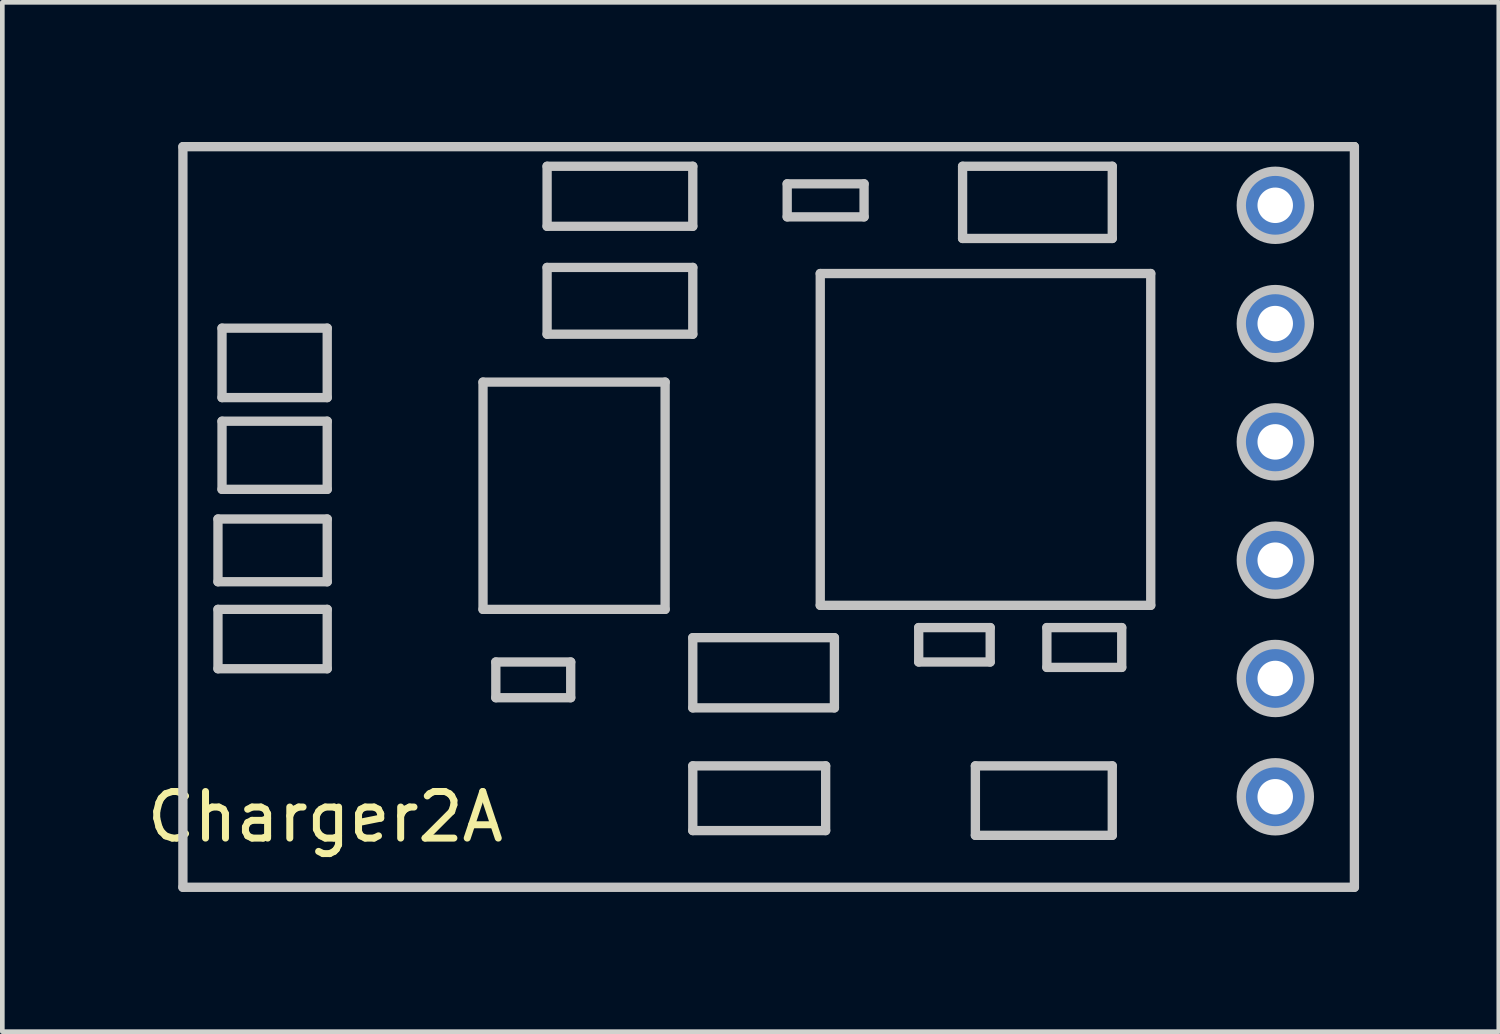
<source format=kicad_pcb>
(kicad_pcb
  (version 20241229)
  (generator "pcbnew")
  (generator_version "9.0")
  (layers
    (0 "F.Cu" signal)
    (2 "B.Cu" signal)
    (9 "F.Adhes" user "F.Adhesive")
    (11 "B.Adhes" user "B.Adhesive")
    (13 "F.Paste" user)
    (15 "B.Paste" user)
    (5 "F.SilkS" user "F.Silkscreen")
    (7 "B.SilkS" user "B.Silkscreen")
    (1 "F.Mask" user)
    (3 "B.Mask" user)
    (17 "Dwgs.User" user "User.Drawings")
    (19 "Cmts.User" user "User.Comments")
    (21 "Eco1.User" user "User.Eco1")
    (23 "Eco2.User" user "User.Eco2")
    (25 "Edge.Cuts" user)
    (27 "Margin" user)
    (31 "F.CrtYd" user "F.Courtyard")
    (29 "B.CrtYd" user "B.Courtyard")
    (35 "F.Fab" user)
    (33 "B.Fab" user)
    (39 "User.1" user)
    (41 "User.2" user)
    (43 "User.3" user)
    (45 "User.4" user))
  (footprint "Charger2A"
    (layer "F.Cu")
    (at 1.077 15.76)
    (property "Reference" "Charger2A" (at 2.857 -1.27 0) (layer "F.SilkS") (effects (font (size 1 1) (thickness 0.15))))
    (attr through_hole)
    (fp_line (start -0.191 -15.684) (end 24.956 -15.684) (stroke (width 0.15) (type solid)) (layer "F.SilkS"))
    (fp_line (start -0.191 0.254) (end -0.191 -15.684) (stroke (width 0.15) (type solid)) (layer "F.SilkS"))
    (fp_line (start 24.956 -15.684) (end 24.956 0.254) (stroke (width 0.15) (type solid)) (layer "F.SilkS"))
    (fp_line (start 24.956 0.254) (end -0.191 0.254) (stroke (width 0.15) (type solid)) (layer "F.SilkS"))
    (fp_line (start -0.2 -15.66) (end -0.2 0.241) (stroke (width 0.2) (type solid)) (layer "Dwgs.User"))
    (fp_line (start -0.2 0.241) (end 24.954 0.241) (stroke (width 0.2) (type solid)) (layer "Dwgs.User"))
    (fp_line (start 0.553 -7.666) (end 0.553 -6.319) (stroke (width 0.2) (type solid)) (layer "Dwgs.User"))
    (fp_line (start 0.553 -6.319) (end 2.899 -6.319) (stroke (width 0.2) (type solid)) (layer "Dwgs.User"))
    (fp_line (start 0.553 -5.726) (end 0.553 -4.451) (stroke (width 0.2) (type solid)) (layer "Dwgs.User"))
    (fp_line (start 0.553 -4.451) (end 2.899 -4.451) (stroke (width 0.2) (type solid)) (layer "Dwgs.User"))
    (fp_line (start 0.64 -11.764) (end 0.64 -10.273) (stroke (width 0.2) (type solid)) (layer "Dwgs.User"))
    (fp_line (start 0.64 -10.273) (end 2.899 -10.273) (stroke (width 0.2) (type solid)) (layer "Dwgs.User"))
    (fp_line (start 0.64 -9.766) (end 0.64 -8.303) (stroke (width 0.2) (type solid)) (layer "Dwgs.User"))
    (fp_line (start 0.64 -8.303) (end 2.899 -8.303) (stroke (width 0.2) (type solid)) (layer "Dwgs.User"))
    (fp_line (start 2.899 -11.764) (end 0.64 -11.764) (stroke (width 0.2) (type solid)) (layer "Dwgs.User"))
    (fp_line (start 2.899 -10.273) (end 2.899 -11.764) (stroke (width 0.2) (type solid)) (layer "Dwgs.User"))
    (fp_line (start 2.899 -9.766) (end 0.64 -9.766) (stroke (width 0.2) (type solid)) (layer "Dwgs.User"))
    (fp_line (start 2.899 -8.303) (end 2.899 -9.766) (stroke (width 0.2) (type solid)) (layer "Dwgs.User"))
    (fp_line (start 2.899 -7.666) (end 0.553 -7.666) (stroke (width 0.2) (type solid)) (layer "Dwgs.User"))
    (fp_line (start 2.899 -6.319) (end 2.899 -7.666) (stroke (width 0.2) (type solid)) (layer "Dwgs.User"))
    (fp_line (start 2.899 -5.726) (end 0.553 -5.726) (stroke (width 0.2) (type solid)) (layer "Dwgs.User"))
    (fp_line (start 2.899 -4.451) (end 2.899 -5.726) (stroke (width 0.2) (type solid)) (layer "Dwgs.User"))
    (fp_line (start 6.244 -10.606) (end 6.244 -5.726) (stroke (width 0.2) (type solid)) (layer "Dwgs.User"))
    (fp_line (start 6.244 -5.726) (end 10.154 -5.726) (stroke (width 0.2) (type solid)) (layer "Dwgs.User"))
    (fp_line (start 6.519 -4.596) (end 6.519 -3.829) (stroke (width 0.2) (type solid)) (layer "Dwgs.User"))
    (fp_line (start 6.519 -3.829) (end 8.127 -3.829) (stroke (width 0.2) (type solid)) (layer "Dwgs.User"))
    (fp_line (start 7.62 -15.24) (end 7.62 -13.951) (stroke (width 0.2) (type solid)) (layer "Dwgs.User"))
    (fp_line (start 7.62 -13.951) (end 10.748 -13.951) (stroke (width 0.2) (type solid)) (layer "Dwgs.User"))
    (fp_line (start 7.62 -13.068) (end 7.62 -11.634) (stroke (width 0.2) (type solid)) (layer "Dwgs.User"))
    (fp_line (start 7.62 -11.634) (end 10.748 -11.634) (stroke (width 0.2) (type solid)) (layer "Dwgs.User"))
    (fp_line (start 8.127 -4.596) (end 6.519 -4.596) (stroke (width 0.2) (type solid)) (layer "Dwgs.User"))
    (fp_line (start 8.127 -3.829) (end 8.127 -4.596) (stroke (width 0.2) (type solid)) (layer "Dwgs.User"))
    (fp_line (start 10.154 -10.606) (end 6.244 -10.606) (stroke (width 0.2) (type solid)) (layer "Dwgs.User"))
    (fp_line (start 10.154 -5.726) (end 10.154 -10.606) (stroke (width 0.2) (type solid)) (layer "Dwgs.User"))
    (fp_line (start 10.748 -15.24) (end 7.62 -15.24) (stroke (width 0.2) (type solid)) (layer "Dwgs.User"))
    (fp_line (start 10.748 -13.951) (end 10.748 -15.24) (stroke (width 0.2) (type solid)) (layer "Dwgs.User"))
    (fp_line (start 10.748 -13.068) (end 7.62 -13.068) (stroke (width 0.2) (type solid)) (layer "Dwgs.User"))
    (fp_line (start 10.748 -11.634) (end 10.748 -13.068) (stroke (width 0.2) (type solid)) (layer "Dwgs.User"))
    (fp_line (start 10.748 -5.118) (end 10.748 -3.611) (stroke (width 0.2) (type solid)) (layer "Dwgs.User"))
    (fp_line (start 10.748 -3.611) (end 13.789 -3.611) (stroke (width 0.2) (type solid)) (layer "Dwgs.User"))
    (fp_line (start 10.748 -2.366) (end 10.748 -0.976) (stroke (width 0.2) (type solid)) (layer "Dwgs.User"))
    (fp_line (start 10.748 -0.976) (end 13.601 -0.976) (stroke (width 0.2) (type solid)) (layer "Dwgs.User"))
    (fp_line (start 12.775 -14.863) (end 12.775 -14.154) (stroke (width 0.2) (type solid)) (layer "Dwgs.User"))
    (fp_line (start 12.775 -14.154) (end 14.426 -14.154) (stroke (width 0.2) (type solid)) (layer "Dwgs.User"))
    (fp_line (start 13.485 -12.937) (end 13.485 -5.813) (stroke (width 0.2) (type solid)) (layer "Dwgs.User"))
    (fp_line (start 13.485 -5.813) (end 20.581 -5.813) (stroke (width 0.2) (type solid)) (layer "Dwgs.User"))
    (fp_line (start 13.601 -2.366) (end 10.748 -2.366) (stroke (width 0.2) (type solid)) (layer "Dwgs.User"))
    (fp_line (start 13.601 -0.976) (end 13.601 -2.366) (stroke (width 0.2) (type solid)) (layer "Dwgs.User"))
    (fp_line (start 13.789 -5.118) (end 10.748 -5.118) (stroke (width 0.2) (type solid)) (layer "Dwgs.User"))
    (fp_line (start 13.789 -3.611) (end 13.789 -5.118) (stroke (width 0.2) (type solid)) (layer "Dwgs.User"))
    (fp_line (start 14.426 -14.863) (end 12.775 -14.863) (stroke (width 0.2) (type solid)) (layer "Dwgs.User"))
    (fp_line (start 14.426 -14.154) (end 14.426 -14.863) (stroke (width 0.2) (type solid)) (layer "Dwgs.User"))
    (fp_line (start 15.599 -5.335) (end 15.599 -4.596) (stroke (width 0.2) (type solid)) (layer "Dwgs.User"))
    (fp_line (start 15.599 -4.596) (end 17.134 -4.596) (stroke (width 0.2) (type solid)) (layer "Dwgs.User"))
    (fp_line (start 16.541 -15.24) (end 16.541 -13.69) (stroke (width 0.2) (type solid)) (layer "Dwgs.User"))
    (fp_line (start 16.541 -13.69) (end 19.755 -13.69) (stroke (width 0.2) (type solid)) (layer "Dwgs.User"))
    (fp_line (start 16.816 -2.366) (end 16.816 -0.874) (stroke (width 0.2) (type solid)) (layer "Dwgs.User"))
    (fp_line (start 16.816 -0.874) (end 19.755 -0.874) (stroke (width 0.2) (type solid)) (layer "Dwgs.User"))
    (fp_line (start 17.134 -5.335) (end 15.599 -5.335) (stroke (width 0.2) (type solid)) (layer "Dwgs.User"))
    (fp_line (start 17.134 -4.596) (end 17.134 -5.335) (stroke (width 0.2) (type solid)) (layer "Dwgs.User"))
    (fp_line (start 18.351 -5.335) (end 18.351 -4.48) (stroke (width 0.2) (type solid)) (layer "Dwgs.User"))
    (fp_line (start 18.351 -4.48) (end 19.958 -4.48) (stroke (width 0.2) (type solid)) (layer "Dwgs.User"))
    (fp_line (start 19.755 -15.24) (end 16.541 -15.24) (stroke (width 0.2) (type solid)) (layer "Dwgs.User"))
    (fp_line (start 19.755 -13.69) (end 19.755 -15.24) (stroke (width 0.2) (type solid)) (layer "Dwgs.User"))
    (fp_line (start 19.755 -2.366) (end 16.816 -2.366) (stroke (width 0.2) (type solid)) (layer "Dwgs.User"))
    (fp_line (start 19.755 -0.874) (end 19.755 -2.366) (stroke (width 0.2) (type solid)) (layer "Dwgs.User"))
    (fp_line (start 19.958 -5.335) (end 18.351 -5.335) (stroke (width 0.2) (type solid)) (layer "Dwgs.User"))
    (fp_line (start 19.958 -4.48) (end 19.958 -5.335) (stroke (width 0.2) (type solid)) (layer "Dwgs.User"))
    (fp_line (start 20.581 -12.937) (end 13.485 -12.937) (stroke (width 0.2) (type solid)) (layer "Dwgs.User"))
    (fp_line (start 20.581 -5.813) (end 20.581 -12.937) (stroke (width 0.2) (type solid)) (layer "Dwgs.User"))
    (fp_line (start 24.954 -15.66) (end -0.2 -15.66) (stroke (width 0.2) (type solid)) (layer "Dwgs.User"))
    (fp_line (start 24.954 0.241) (end 24.954 -15.66) (stroke (width 0.2) (type solid)) (layer "Dwgs.User"))
    (fp_circle (center 23.256 -14.402) (end 23.987 -14.402) (stroke (width 0.2) (type solid)) (fill no) (layer "Dwgs.User"))
    (fp_circle (center 23.256 -11.862) (end 23.987 -11.862) (stroke (width 0.2) (type solid)) (fill no) (layer "Dwgs.User"))
    (fp_circle (center 23.256 -9.322) (end 23.987 -9.322) (stroke (width 0.2) (type solid)) (fill no) (layer "Dwgs.User"))
    (fp_circle (center 23.256 -6.782) (end 23.987 -6.782) (stroke (width 0.2) (type solid)) (fill no) (layer "Dwgs.User"))
    (fp_circle (center 23.256 -4.242) (end 23.987 -4.242) (stroke (width 0.2) (type solid)) (fill no) (layer "Dwgs.User"))
    (fp_circle (center 23.256 -1.702) (end 23.987 -1.702) (stroke (width 0.2) (type solid)) (fill no) (layer "Dwgs.User"))
    (pad "1" thru_hole circle (at 23.254 -14.402) (size 1.524 1.524) (drill 0.762) (layers "*.Cu" "*.Mask"))
    (pad "2" thru_hole circle (at 23.254 -11.862) (size 1.524 1.524) (drill 0.762) (layers "*.Cu" "*.Mask"))
    (pad "3" thru_hole circle (at 23.254 -9.322) (size 1.524 1.524) (drill 0.762) (layers "*.Cu" "*.Mask"))
    (pad "4" thru_hole circle (at 23.254 -6.782) (size 1.524 1.524) (drill 0.762) (layers "*.Cu" "*.Mask"))
    (pad "5" thru_hole circle (at 23.254 -4.242) (size 1.524 1.524) (drill 0.762) (layers "*.Cu" "*.Mask"))
    (pad "6" thru_hole circle (at 23.254 -1.702) (size 1.524 1.524) (drill 0.762) (layers "*.Cu" "*.Mask")))
  (gr_rect
    (start -3 -3)
    (end 29.131 19.101)
    (stroke (width 0.1) (type default))
    (fill no)
    (layer "Edge.Cuts")))
</source>
